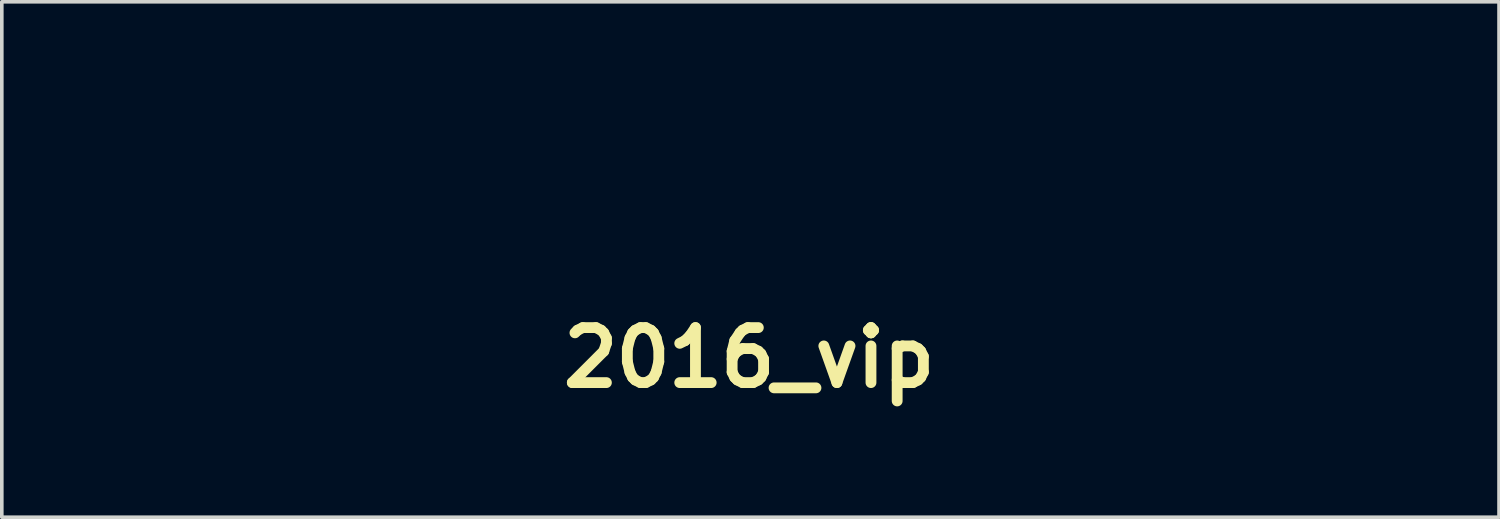
<source format=kicad_pcb>
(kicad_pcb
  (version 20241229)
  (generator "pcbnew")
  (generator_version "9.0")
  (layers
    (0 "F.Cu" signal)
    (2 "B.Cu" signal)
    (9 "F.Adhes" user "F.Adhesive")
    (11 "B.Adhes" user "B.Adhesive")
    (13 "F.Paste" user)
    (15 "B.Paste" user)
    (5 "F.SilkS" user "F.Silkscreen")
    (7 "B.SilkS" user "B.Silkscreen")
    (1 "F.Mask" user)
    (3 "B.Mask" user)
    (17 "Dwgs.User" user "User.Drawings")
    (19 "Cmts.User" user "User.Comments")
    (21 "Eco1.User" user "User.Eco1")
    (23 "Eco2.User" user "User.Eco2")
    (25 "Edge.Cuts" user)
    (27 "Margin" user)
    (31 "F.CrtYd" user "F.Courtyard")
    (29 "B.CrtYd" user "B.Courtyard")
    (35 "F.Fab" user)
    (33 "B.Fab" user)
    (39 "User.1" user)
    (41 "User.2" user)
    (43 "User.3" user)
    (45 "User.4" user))
  (footprint "2016_vip"
    (layer "F.Cu")
    (at 17.704 6.86)
    (property "Reference" "2016_vip" (at 0 0 0) (layer "F.SilkS") (effects (font (size 1.524 1.524) (thickness 0.3))))
    (attr through_hole)
    (fp_poly (pts (xy 11.769 -0.762) (xy 10.414 -0.762) (xy 10.414 -6.773) (xy 11.769 -6.773) (xy 11.769 -0.762)) (stroke (width 0.01) (type solid)) (fill yes) (layer "F.Mask"))
    (fp_poly (pts (xy -4.572 -1.778) (xy -3.641 -1.778) (xy -3.641 -0.762) (xy -6.943 -0.762) (xy -6.943 -1.778) (xy -5.842 -1.778) (xy -5.842 -5.568) (xy -6.16 -5.455) (xy -6.433 -5.378) (xy -6.686 -5.339) (xy -6.714 -5.338) (xy -6.951 -5.334) (xy -6.926 -5.862) (xy -6.9 -6.39) (xy -6.604 -6.44) (xy -6.31 -6.518) (xy -6.037 -6.631) (xy -5.703 -6.734) (xy -5.22 -6.773) (xy -5.169 -6.773) (xy -4.572 -6.773) (xy -4.572 -1.778)) (stroke (width 0.01) (type solid)) (fill yes) (layer "F.Mask"))
    (fp_poly (pts (xy 14.499 -6.772) (xy 15.277 -6.758) (xy 15.905 -6.716) (xy 16.4 -6.644) (xy 16.78 -6.539) (xy 17.057 -6.402) (xy 17.392 -6.087) (xy 17.624 -5.673) (xy 17.75 -5.197) (xy 17.768 -4.695) (xy 17.676 -4.204) (xy 17.47 -3.76) (xy 17.249 -3.491) (xy 16.947 -3.258) (xy 16.571 -3.09) (xy 16.094 -2.977) (xy 15.486 -2.91) (xy 15.346 -2.902) (xy 14.478 -2.854) (xy 14.478 -0.762) (xy 13.123 -0.762) (xy 13.123 -3.871) (xy 14.478 -3.871) (xy 15.208 -3.916) (xy 15.636 -3.956) (xy 15.931 -4.016) (xy 16.129 -4.106) (xy 16.156 -4.125) (xy 16.373 -4.377) (xy 16.475 -4.694) (xy 16.464 -5.024) (xy 16.339 -5.32) (xy 16.139 -5.511) (xy 15.944 -5.6) (xy 15.692 -5.651) (xy 15.336 -5.671) (xy 15.177 -5.672) (xy 14.478 -5.673) (xy 14.478 -3.871) (xy 13.123 -3.871) (xy 13.123 -6.773) (xy 14.499 -6.772)) (stroke (width 0.01) (type solid)) (fill yes) (layer "F.Mask"))
    (fp_poly (pts (xy 6.135 -4.661) (xy 6.316 -4.098) (xy 6.481 -3.593) (xy 6.625 -3.168) (xy 6.74 -2.844) (xy 6.818 -2.641) (xy 6.853 -2.579) (xy 6.891 -2.664) (xy 6.973 -2.889) (xy 7.093 -3.232) (xy 7.242 -3.671) (xy 7.413 -4.185) (xy 7.578 -4.688) (xy 8.255 -6.768) (xy 8.869 -6.771) (xy 9.166 -6.764) (xy 9.383 -6.744) (xy 9.478 -6.714) (xy 9.479 -6.71) (xy 9.452 -6.618) (xy 9.375 -6.384) (xy 9.256 -6.027) (xy 9.1 -5.564) (xy 8.914 -5.014) (xy 8.703 -4.396) (xy 8.474 -3.726) (xy 8.473 -3.725) (xy 7.472 -0.804) (xy 6.825 -0.78) (xy 6.462 -0.775) (xy 6.243 -0.798) (xy 6.146 -0.851) (xy 6.139 -0.864) (xy 6.071 -1.058) (xy 5.963 -1.373) (xy 5.82 -1.788) (xy 5.652 -2.281) (xy 5.465 -2.831) (xy 5.266 -3.415) (xy 5.063 -4.012) (xy 4.864 -4.601) (xy 4.675 -5.159) (xy 4.504 -5.665) (xy 4.359 -6.097) (xy 4.246 -6.433) (xy 4.174 -6.652) (xy 4.149 -6.733) (xy 4.227 -6.752) (xy 4.433 -6.766) (xy 4.728 -6.773) (xy 4.808 -6.773) (xy 5.467 -6.773) (xy 6.135 -4.661)) (stroke (width 0.01) (type solid)) (fill yes) (layer "F.Mask"))
    (fp_poly (pts (xy -9.391 -6.782) (xy -8.839 -6.566) (xy -8.38 -6.211) (xy -8.017 -5.721) (xy -7.753 -5.097) (xy -7.6 -4.407) (xy -7.55 -3.63) (xy -7.625 -2.902) (xy -7.818 -2.244) (xy -8.121 -1.673) (xy -8.527 -1.209) (xy -9.027 -0.87) (xy -9.096 -0.837) (xy -9.537 -0.71) (xy -10.053 -0.675) (xy -10.576 -0.729) (xy -11.039 -0.872) (xy -11.054 -0.878) (xy -11.522 -1.184) (xy -11.928 -1.622) (xy -12.243 -2.16) (xy -12.294 -2.279) (xy -12.41 -2.705) (xy -12.478 -3.236) (xy -12.498 -3.819) (xy -12.491 -3.958) (xy -11.196 -3.958) (xy -11.194 -3.434) (xy -11.15 -2.948) (xy -11.063 -2.552) (xy -11.044 -2.498) (xy -10.821 -2.095) (xy -10.524 -1.827) (xy -10.172 -1.703) (xy -9.788 -1.733) (xy -9.564 -1.822) (xy -9.371 -1.977) (xy -9.181 -2.213) (xy -9.124 -2.309) (xy -9.043 -2.476) (xy -8.989 -2.648) (xy -8.956 -2.861) (xy -8.939 -3.154) (xy -8.933 -3.564) (xy -8.932 -3.768) (xy -8.935 -4.229) (xy -8.946 -4.558) (xy -8.97 -4.792) (xy -9.014 -4.969) (xy -9.082 -5.125) (xy -9.137 -5.225) (xy -9.399 -5.55) (xy -9.733 -5.765) (xy -10.088 -5.842) (xy -10.371 -5.773) (xy -10.663 -5.596) (xy -10.9 -5.354) (xy -10.962 -5.253) (xy -11.078 -4.919) (xy -11.157 -4.47) (xy -11.196 -3.958) (xy -12.491 -3.958) (xy -12.47 -4.397) (xy -12.393 -4.914) (xy -12.294 -5.256) (xy -11.979 -5.857) (xy -11.568 -6.321) (xy -11.069 -6.643) (xy -10.484 -6.82) (xy -10.033 -6.855) (xy -9.391 -6.782)) (stroke (width 0.01) (type solid)) (fill yes) (layer "F.Mask"))
    (fp_poly (pts (xy -14.78 -6.792) (xy -14.361 -6.713) (xy -14.029 -6.562) (xy -13.745 -6.325) (xy -13.594 -6.152) (xy -13.466 -5.978) (xy -13.388 -5.82) (xy -13.35 -5.627) (xy -13.336 -5.346) (xy -13.335 -5.122) (xy -13.34 -4.762) (xy -13.365 -4.516) (xy -13.422 -4.331) (xy -13.525 -4.151) (xy -13.589 -4.058) (xy -13.786 -3.837) (xy -14.099 -3.558) (xy -14.495 -3.249) (xy -14.732 -3.079) (xy -15.25 -2.704) (xy -15.652 -2.381) (xy -15.928 -2.12) (xy -16.069 -1.927) (xy -16.087 -1.861) (xy -16.005 -1.83) (xy -15.768 -1.805) (xy -15.392 -1.787) (xy -14.892 -1.779) (xy -14.647 -1.778) (xy -13.208 -1.778) (xy -13.208 -0.762) (xy -17.699 -0.762) (xy -17.66 -0.953) (xy -17.624 -1.155) (xy -17.582 -1.432) (xy -17.569 -1.524) (xy -17.472 -1.921) (xy -17.282 -2.301) (xy -16.986 -2.681) (xy -16.568 -3.078) (xy -16.016 -3.507) (xy -15.596 -3.798) (xy -15.235 -4.057) (xy -14.94 -4.297) (xy -14.744 -4.493) (xy -14.691 -4.569) (xy -14.572 -4.938) (xy -14.597 -5.269) (xy -14.75 -5.534) (xy -15.016 -5.706) (xy -15.325 -5.757) (xy -15.735 -5.698) (xy -16.101 -5.506) (xy -16.378 -5.257) (xy -16.548 -5.095) (xy -16.676 -5.003) (xy -16.702 -4.995) (xy -16.826 -5.044) (xy -17.017 -5.167) (xy -17.229 -5.325) (xy -17.411 -5.482) (xy -17.516 -5.601) (xy -17.526 -5.628) (xy -17.464 -5.756) (xy -17.301 -5.949) (xy -17.074 -6.172) (xy -16.819 -6.39) (xy -16.574 -6.569) (xy -16.468 -6.633) (xy -16.264 -6.723) (xy -16.038 -6.779) (xy -15.74 -6.807) (xy -15.325 -6.815) (xy -14.78 -6.792)) (stroke (width 0.01) (type solid)) (fill yes) (layer "F.Mask"))
    (fp_poly (pts (xy 0.038 -6.809) (xy 0.335 -6.785) (xy 0.559 -6.738) (xy 0.757 -6.658) (xy 0.826 -6.623) (xy 1.036 -6.495) (xy 1.166 -6.385) (xy 1.185 -6.346) (xy 1.143 -6.231) (xy 1.034 -6.031) (xy 0.956 -5.904) (xy 0.822 -5.694) (xy 0.734 -5.554) (xy 0.715 -5.523) (xy 0.638 -5.541) (xy 0.457 -5.613) (xy 0.33 -5.669) (xy -0.174 -5.821) (xy -0.643 -5.813) (xy -1.059 -5.656) (xy -1.403 -5.359) (xy -1.658 -4.931) (xy -1.769 -4.574) (xy -1.815 -4.345) (xy -1.836 -4.2) (xy -1.834 -4.176) (xy -1.754 -4.2) (xy -1.567 -4.282) (xy -1.357 -4.383) (xy -0.867 -4.554) (xy -0.344 -4.615) (xy 0.172 -4.572) (xy 0.64 -4.428) (xy 1.017 -4.189) (xy 1.112 -4.094) (xy 1.394 -3.651) (xy 1.549 -3.138) (xy 1.575 -2.597) (xy 1.473 -2.068) (xy 1.242 -1.593) (xy 1.13 -1.447) (xy 0.777 -1.103) (xy 0.389 -0.877) (xy -0.077 -0.75) (xy -0.55 -0.707) (xy -1.075 -0.713) (xy -1.48 -0.779) (xy -1.601 -0.818) (xy -2.094 -1.086) (xy -2.497 -1.491) (xy -2.804 -2.024) (xy -3.011 -2.673) (xy -3.067 -3.102) (xy -1.831 -3.102) (xy -1.824 -2.907) (xy -1.813 -2.836) (xy -1.672 -2.345) (xy -1.434 -1.983) (xy -1.103 -1.758) (xy -0.914 -1.701) (xy -0.504 -1.671) (xy -0.175 -1.774) (xy 0.047 -1.952) (xy 0.246 -2.257) (xy 0.329 -2.603) (xy 0.305 -2.95) (xy 0.181 -3.26) (xy -0.035 -3.493) (xy -0.298 -3.604) (xy -0.798 -3.628) (xy -1.275 -3.524) (xy -1.574 -3.373) (xy -1.759 -3.233) (xy -1.831 -3.102) (xy -3.067 -3.102) (xy -3.11 -3.429) (xy -3.093 -4.264) (xy -2.946 -4.996) (xy -2.672 -5.621) (xy -2.272 -6.137) (xy -1.746 -6.541) (xy -1.609 -6.618) (xy -1.401 -6.713) (xy -1.191 -6.772) (xy -0.928 -6.803) (xy -0.564 -6.814) (xy -0.381 -6.815) (xy 0.038 -6.809)) (stroke (width 0.01) (type solid)) (fill yes) (layer "F.Mask")))
  (gr_rect
    (start -3 -3)
    (end 38.477 11.278)
    (stroke (width 0.1) (type default))
    (fill no)
    (layer "Edge.Cuts")))
</source>
